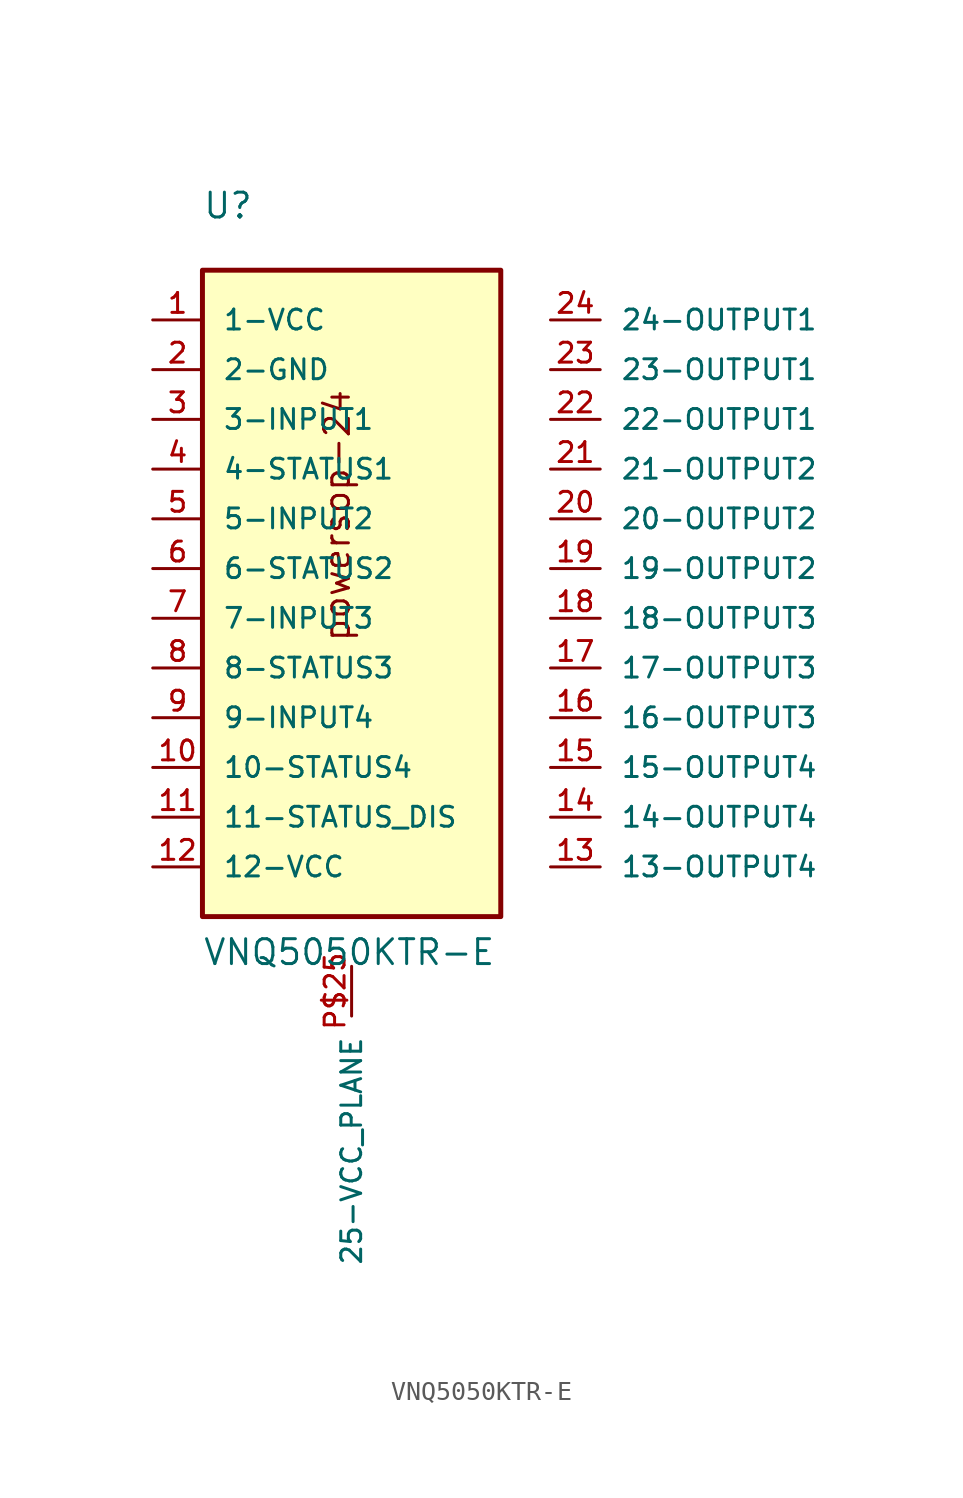
<source format=kicad_sym>
(kicad_symbol_lib
  (version 20211014)
  (generator kicad_symbol_editor)
  (symbol "VNQ5050KTR-E"
    (pin_names
      (offset 1.016))
    (property "Reference" "U"
      (at -7.626 20.335 0)
      (effects (font (size 1.27 1.27)) (justify bottom left)))
    (property "Value" "VNQ5050KTR-E"
      (at -7.63 -17.803 0)
      (effects (font (size 1.27 1.27)) (justify bottom left)))
    (symbol "VNQ5050KTR-E_0_0"
      (text "powersop-24" (at 0.0 -1.271 900) (effects (font (size 1.271 1.271)) (justify bottom left)))
      (rectangle (start -7.62 -15.24) (end 7.62 17.78) (stroke (width 0.254)) (fill (type background)))
      (pin bidirectional line (at -10.16 15.24 0) (length 2.54) (name "1-VCC" (effects (font (size 1.016 1.016)))) (number "1" (effects (font (size 1.016 1.016)))))
      (pin bidirectional line (at -10.16 12.7 0) (length 2.54) (name "2-GND" (effects (font (size 1.016 1.016)))) (number "2" (effects (font (size 1.016 1.016)))))
      (pin bidirectional line (at -10.16 10.16 0) (length 2.54) (name "3-INPUT1" (effects (font (size 1.016 1.016)))) (number "3" (effects (font (size 1.016 1.016)))))
      (pin bidirectional line (at -10.16 7.62 0) (length 2.54) (name "4-STATUS1" (effects (font (size 1.016 1.016)))) (number "4" (effects (font (size 1.016 1.016)))))
      (pin bidirectional line (at -10.16 5.08 0) (length 2.54) (name "5-INPUT2" (effects (font (size 1.016 1.016)))) (number "5" (effects (font (size 1.016 1.016)))))
      (pin bidirectional line (at -10.16 2.54 0) (length 2.54) (name "6-STATUS2" (effects (font (size 1.016 1.016)))) (number "6" (effects (font (size 1.016 1.016)))))
      (pin bidirectional line (at -10.16 0.0 0) (length 2.54) (name "7-INPUT3" (effects (font (size 1.016 1.016)))) (number "7" (effects (font (size 1.016 1.016)))))
      (pin bidirectional line (at -10.16 -2.54 0) (length 2.54) (name "8-STATUS3" (effects (font (size 1.016 1.016)))) (number "8" (effects (font (size 1.016 1.016)))))
      (pin bidirectional line (at -10.16 -5.08 0) (length 2.54) (name "9-INPUT4" (effects (font (size 1.016 1.016)))) (number "9" (effects (font (size 1.016 1.016)))))
      (pin bidirectional line (at -10.16 -7.62 0) (length 2.54) (name "10-STATUS4" (effects (font (size 1.016 1.016)))) (number "10" (effects (font (size 1.016 1.016)))))
      (pin bidirectional line (at -10.16 -10.16 0) (length 2.54) (name "11-STATUS_DIS" (effects (font (size 1.016 1.016)))) (number "11" (effects (font (size 1.016 1.016)))))
      (pin bidirectional line (at -10.16 -12.7 0) (length 2.54) (name "12-VCC" (effects (font (size 1.016 1.016)))) (number "12" (effects (font (size 1.016 1.016)))))
      (pin bidirectional line (at 10.16 -12.7 0) (length 2.54) (name "13-OUTPUT4" (effects (font (size 1.016 1.016)))) (number "13" (effects (font (size 1.016 1.016)))))
      (pin bidirectional line (at 10.16 -10.16 0) (length 2.54) (name "14-OUTPUT4" (effects (font (size 1.016 1.016)))) (number "14" (effects (font (size 1.016 1.016)))))
      (pin bidirectional line (at 10.16 -7.62 0) (length 2.54) (name "15-OUTPUT4" (effects (font (size 1.016 1.016)))) (number "15" (effects (font (size 1.016 1.016)))))
      (pin bidirectional line (at 10.16 -5.08 0) (length 2.54) (name "16-OUTPUT3" (effects (font (size 1.016 1.016)))) (number "16" (effects (font (size 1.016 1.016)))))
      (pin bidirectional line (at 10.16 -2.54 0) (length 2.54) (name "17-OUTPUT3" (effects (font (size 1.016 1.016)))) (number "17" (effects (font (size 1.016 1.016)))))
      (pin bidirectional line (at 10.16 0.0 0) (length 2.54) (name "18-OUTPUT3" (effects (font (size 1.016 1.016)))) (number "18" (effects (font (size 1.016 1.016)))))
      (pin bidirectional line (at 10.16 2.54 0) (length 2.54) (name "19-OUTPUT2" (effects (font (size 1.016 1.016)))) (number "19" (effects (font (size 1.016 1.016)))))
      (pin bidirectional line (at 10.16 5.08 0) (length 2.54) (name "20-OUTPUT2" (effects (font (size 1.016 1.016)))) (number "20" (effects (font (size 1.016 1.016)))))
      (pin bidirectional line (at 10.16 7.62 0) (length 2.54) (name "21-OUTPUT2" (effects (font (size 1.016 1.016)))) (number "21" (effects (font (size 1.016 1.016)))))
      (pin bidirectional line (at 10.16 10.16 0) (length 2.54) (name "22-OUTPUT1" (effects (font (size 1.016 1.016)))) (number "22" (effects (font (size 1.016 1.016)))))
      (pin bidirectional line (at 10.16 12.7 0) (length 2.54) (name "23-OUTPUT1" (effects (font (size 1.016 1.016)))) (number "23" (effects (font (size 1.016 1.016)))))
      (pin bidirectional line (at 10.16 15.24 0) (length 2.54) (name "24-OUTPUT1" (effects (font (size 1.016 1.016)))) (number "24" (effects (font (size 1.016 1.016)))))
      (pin bidirectional line (at 0.0 -17.78 270.0) (length 2.54) (name "25-VCC_PLANE" (effects (font (size 1.016 1.016)))) (number "P$25" (effects (font (size 1.016 1.016))))))))
</source>
